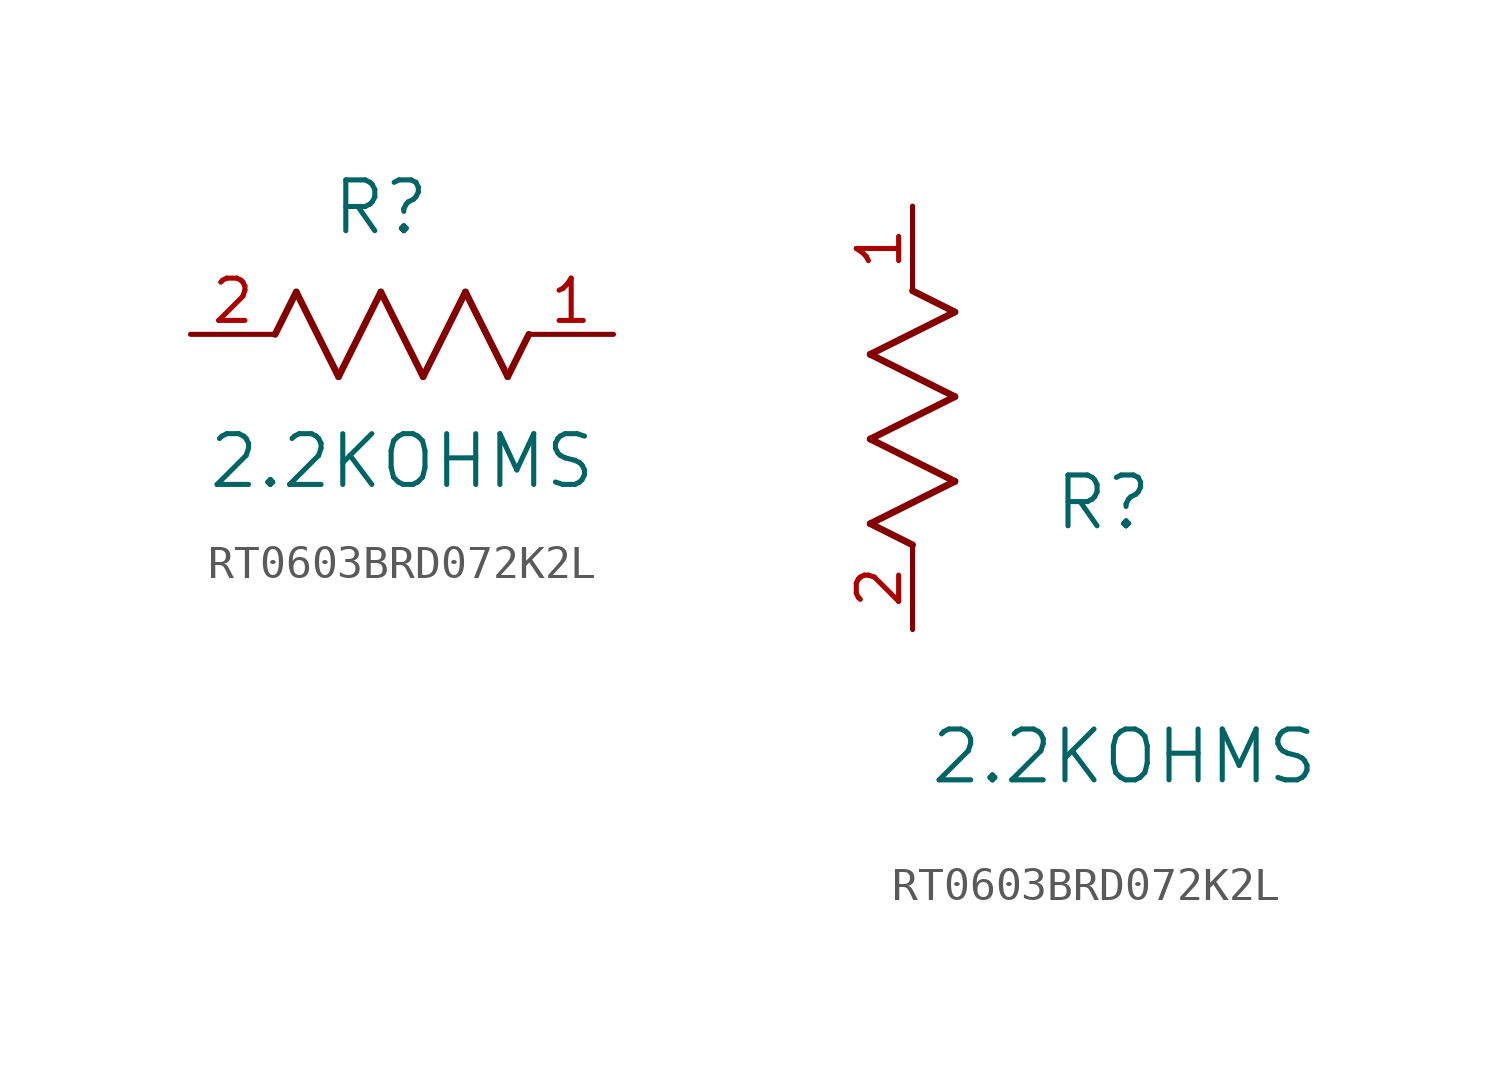
<source format=kicad_sym>
(kicad_symbol_lib
  (version 20220914)
  (generator kicad_symbol_editor)
  (symbol "RT0603BRD072K2L"
    (pin_names
      (offset 0.254))
    (property "Reference" "R"
      (at 5.715 3.81 0)
      (effects (font (size 1.524 1.524))))
    (property "Value" "2.2KOHMS"
      (at 6.35 -3.81 0)
      (effects (font (size 1.524 1.524))))
    (symbol "RT0603BRD072K2L_1_1"
      (polyline (pts (xy 2.54 0) (xy 3.175 1.27)) (stroke (width 0.203) (type default)) (fill (type none)))
      (polyline (pts (xy 3.175 1.27) (xy 4.445 -1.27)) (stroke (width 0.203) (type default)) (fill (type none)))
      (polyline (pts (xy 4.445 -1.27) (xy 5.715 1.27)) (stroke (width 0.203) (type default)) (fill (type none)))
      (polyline (pts (xy 5.715 1.27) (xy 6.985 -1.27)) (stroke (width 0.203) (type default)) (fill (type none)))
      (polyline (pts (xy 6.985 -1.27) (xy 8.255 1.27)) (stroke (width 0.203) (type default)) (fill (type none)))
      (polyline (pts (xy 8.255 1.27) (xy 9.525 -1.27)) (stroke (width 0.203) (type default)) (fill (type none)))
      (polyline (pts (xy 9.525 -1.27) (xy 10.16 0)) (stroke (width 0.203) (type default)) (fill (type none)))
      (pin unspecified line (at 12.7 0 180) (length 2.54) (name "" (effects (font (size 1.27 1.27)))) (number "1" (effects (font (size 1.27 1.27)))))
      (pin unspecified line (at 0 0 0) (length 2.54) (name "" (effects (font (size 1.27 1.27)))) (number "2" (effects (font (size 1.27 1.27))))))
    (symbol "RT0603BRD072K2L_1_2"
      (polyline (pts (xy -1.27 3.175) (xy 1.27 4.445)) (stroke (width 0.203) (type default)) (fill (type none)))
      (polyline (pts (xy -1.27 5.715) (xy 1.27 6.985)) (stroke (width 0.203) (type default)) (fill (type none)))
      (polyline (pts (xy -1.27 8.255) (xy 1.27 9.525)) (stroke (width 0.203) (type default)) (fill (type none)))
      (polyline (pts (xy 0 2.54) (xy -1.27 3.175)) (stroke (width 0.203) (type default)) (fill (type none)))
      (polyline (pts (xy 1.27 4.445) (xy -1.27 5.715)) (stroke (width 0.203) (type default)) (fill (type none)))
      (polyline (pts (xy 1.27 6.985) (xy -1.27 8.255)) (stroke (width 0.203) (type default)) (fill (type none)))
      (polyline (pts (xy 1.27 9.525) (xy 0 10.16)) (stroke (width 0.203) (type default)) (fill (type none)))
      (pin unspecified line (at 0 12.7 270) (length 2.54) (name "" (effects (font (size 1.27 1.27)))) (number "1" (effects (font (size 1.27 1.27)))))
      (pin unspecified line (at 0 0 90) (length 2.54) (name "" (effects (font (size 1.27 1.27)))) (number "2" (effects (font (size 1.27 1.27))))))))
</source>
